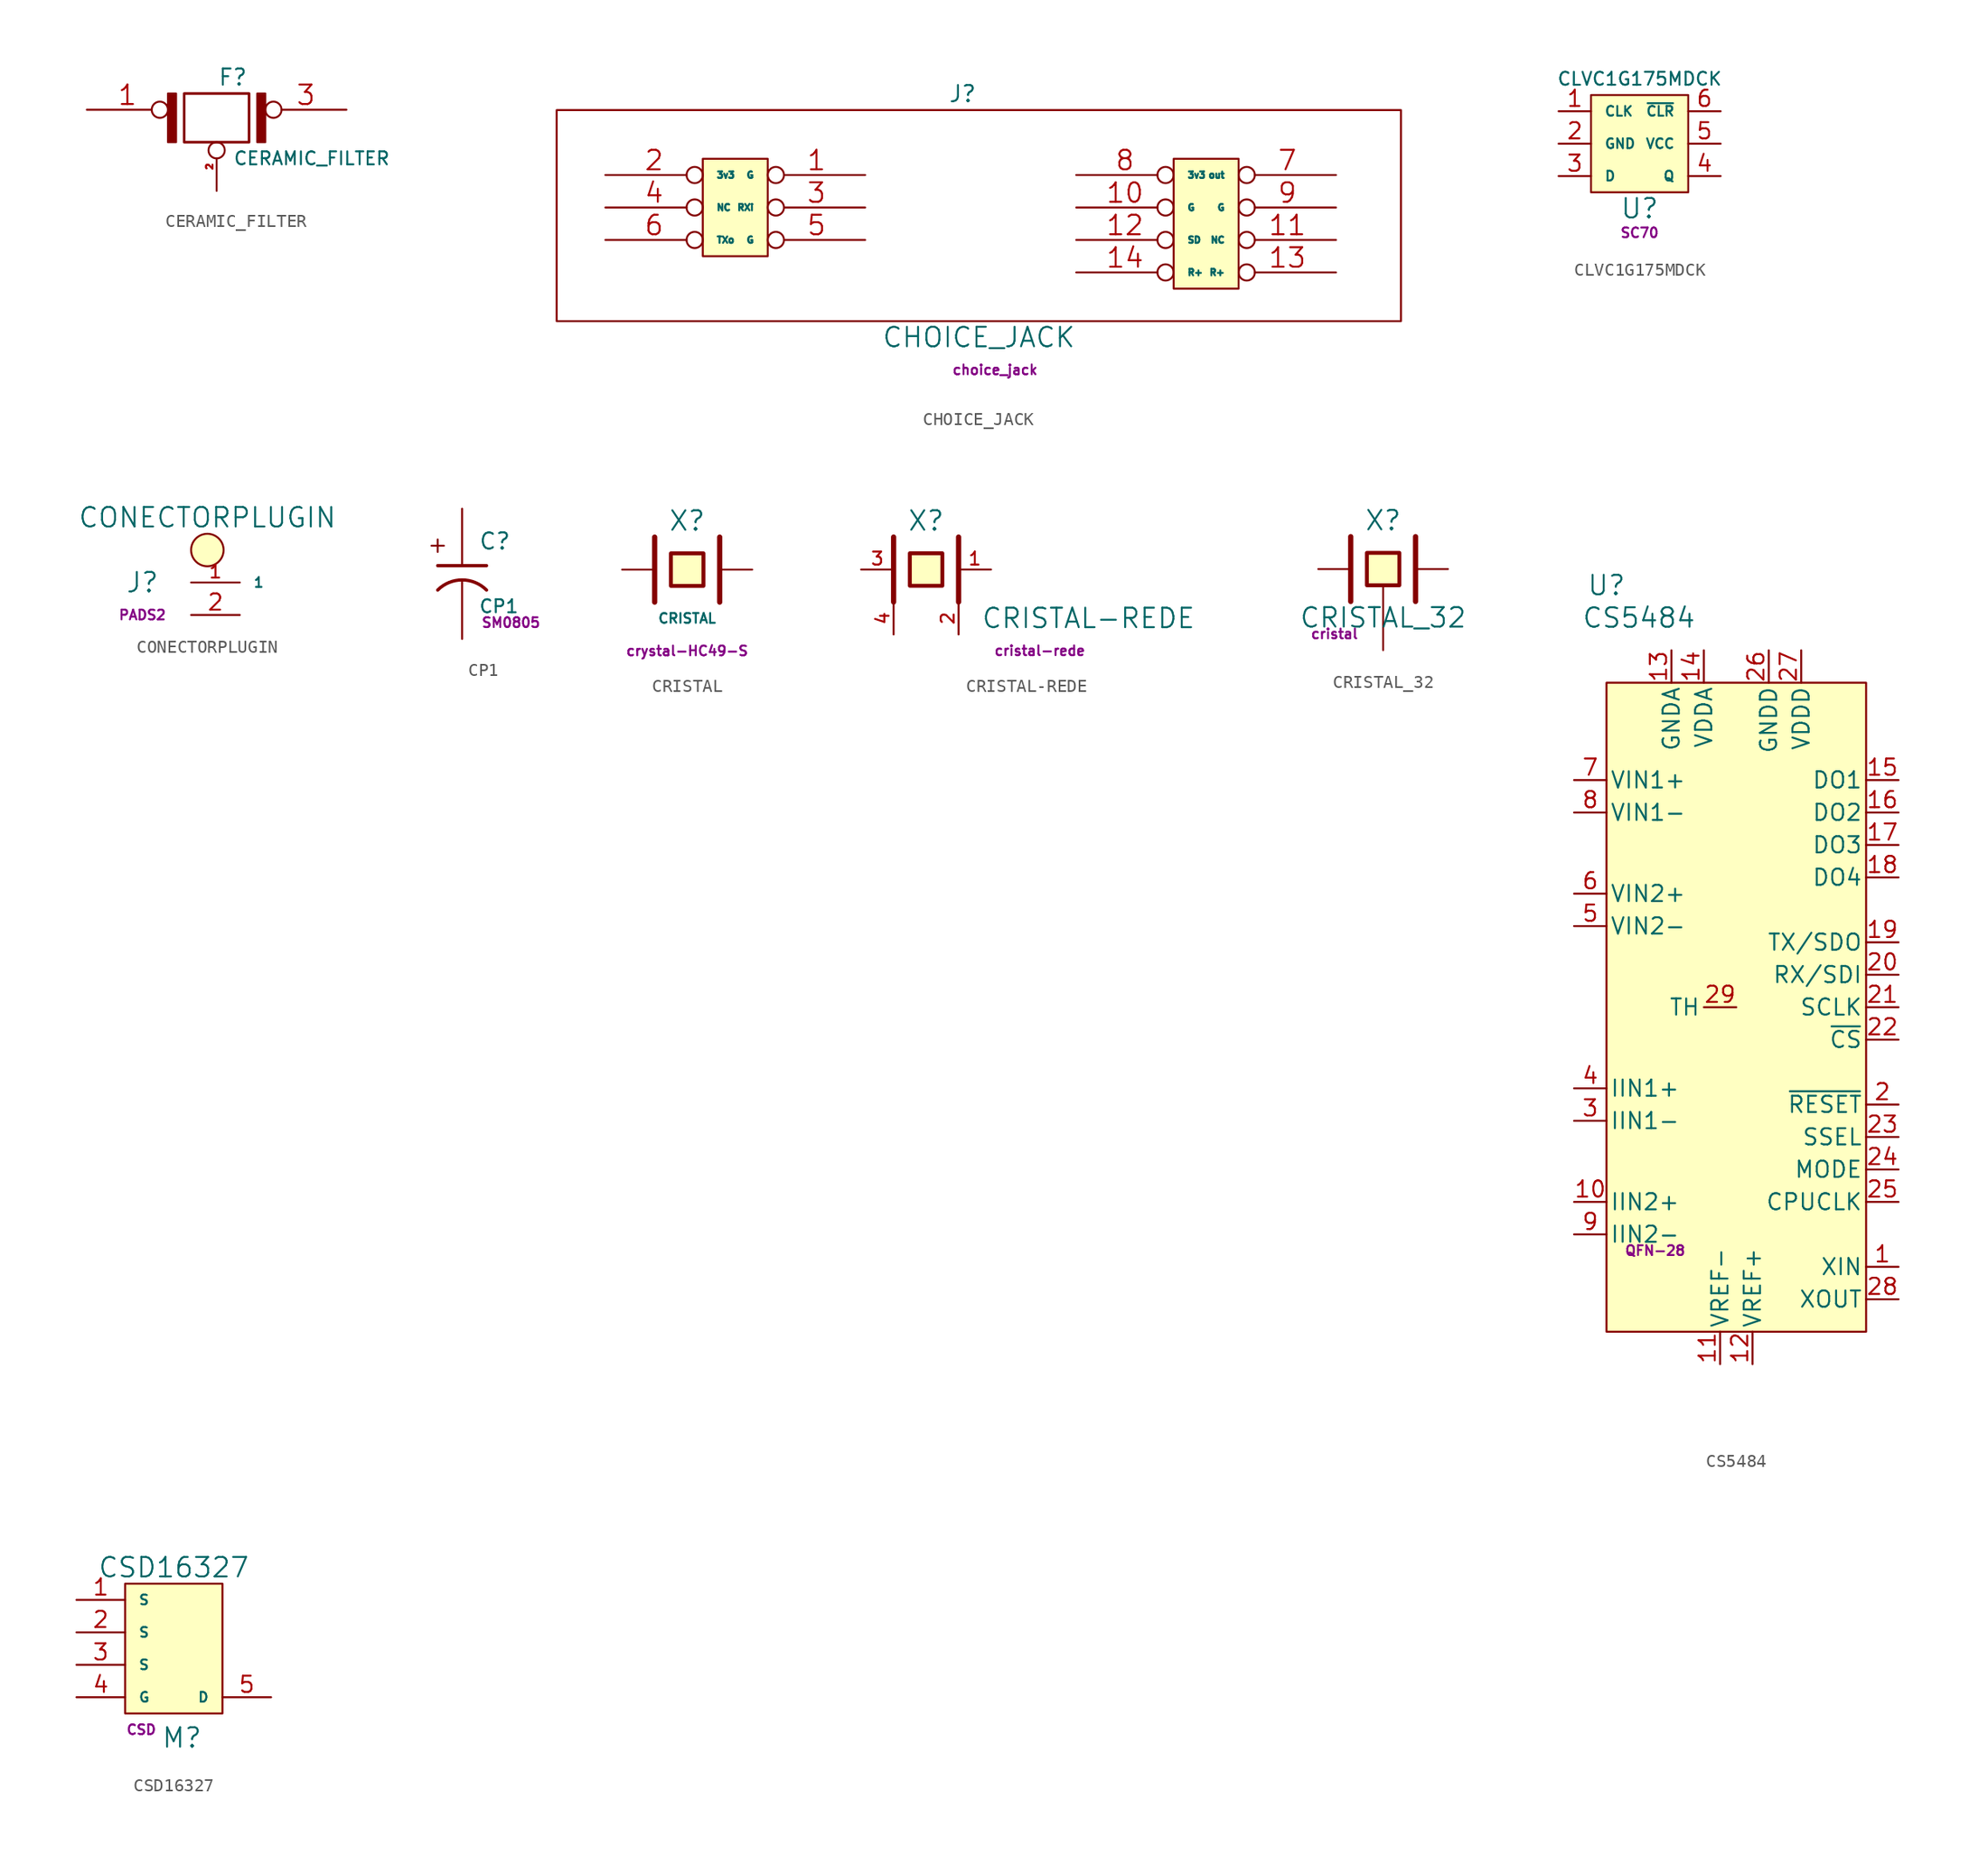
<source format=kicad_sym>
(kicad_symbol_lib
  (version 20220914)
  (generator kicad_symbol_editor)
  (symbol "CERAMIC_FILTER"
    (pin_names
      (offset 1.016) hide)
    (property "Reference" "F"
      (at 1.27 3.81 0)
      (effects (font (size 1.27 1.27))))
    (property "Value" "CERAMIC_FILTER"
      (at 1.27 -2.54 0)
      (effects (font (size 1.016 1.016)) (justify left)))
    (property "Footprint" ""
      (at 0 0 0)
      (effects (font (size 1.524 1.524))))
    (property "Datasheet" ""
      (at 0 0 0)
      (effects (font (size 1.524 1.524))))
    (symbol "CERAMIC_FILTER_0_1"
      (rectangle (start -2.54 2.54) (end 2.54 -1.27) (stroke (width 0.203) (type default)) (fill (type none)))
      (polyline (pts (xy -3.81 2.54) (xy -3.81 -1.27) (xy -3.175 -1.27) (xy -3.175 2.54) (xy -3.81 2.54) (xy -3.81 2.54)) (stroke (width 0) (type default)) (fill (type outline)))
      (polyline (pts (xy 3.81 2.54) (xy 3.81 -1.27) (xy 3.175 -1.27) (xy 3.175 2.54) (xy 3.81 2.54) (xy 3.81 2.54)) (stroke (width 0) (type default)) (fill (type outline))))
    (symbol "CERAMIC_FILTER_1_1"
      (pin passive inverted (at -10.16 1.27 0) (length 6.35) (name "P1" (effects (font (size 1.524 1.524)))) (number "1" (effects (font (size 1.524 1.524)))))
      (pin passive inverted (at 0 -5.08 90) (length 3.81) (name "PM" (effects (font (size 0.508 0.508)))) (number "2" (effects (font (size 0.508 0.508)))))
      (pin passive inverted (at 10.16 1.27 180) (length 6.35) (name "P3" (effects (font (size 1.524 1.524)))) (number "3" (effects (font (size 1.524 1.524)))))))
  (symbol "CHOICE_JACK"
    (pin_names
      (offset 1.016))
    (property "Reference" "J"
      (at -1.27 10.16 0)
      (effects (font (size 1.27 1.27))))
    (property "Value" "CHOICE_JACK"
      (at 0 -8.89 0)
      (effects (font (size 1.524 1.524))))
    (property "Footprint" "choice_jack"
      (at 1.27 -11.43 0)
      (effects (font (size 0.762 0.762))))
    (property "Datasheet" ""
      (at 0 0 0)
      (effects (font (size 1.524 1.524))))
    (symbol "CHOICE_JACK_0_1"
      (polyline (pts (xy -21.59 5.08) (xy -21.59 -2.54) (xy -16.51 -2.54) (xy -16.51 5.08) (xy -21.59 5.08) (xy -21.59 5.08)) (stroke (width 0) (type default)) (fill (type background)))
      (polyline (pts (xy 12.7 -7.62) (xy 33.02 -7.62) (xy 33.02 8.89) (xy -33.02 8.89) (xy -33.02 -7.62) (xy 12.7 -7.62) (xy 12.7 -7.62)) (stroke (width 0) (type default)) (fill (type none)))
      (rectangle (start 15.24 5.08) (end 20.32 -5.08) (stroke (width 0) (type default)) (fill (type background))))
    (symbol "CHOICE_JACK_1_1"
      (pin passive inverted (at -8.89 3.81 180) (length 7.62) (name "G" (effects (font (size 0.508 0.508)))) (number "1" (effects (font (size 1.524 1.524)))))
      (pin passive inverted (at 7.62 1.27 0) (length 7.62) (name "G" (effects (font (size 0.508 0.508)))) (number "10" (effects (font (size 1.524 1.524)))))
      (pin passive inverted (at 27.94 -1.27 180) (length 7.62) (name "NC" (effects (font (size 0.508 0.508)))) (number "11" (effects (font (size 1.524 1.524)))))
      (pin passive inverted (at 7.62 -1.27 0) (length 7.62) (name "SD" (effects (font (size 0.508 0.508)))) (number "12" (effects (font (size 1.524 1.524)))))
      (pin passive inverted (at 27.94 -3.81 180) (length 7.62) (name "R+" (effects (font (size 0.508 0.508)))) (number "13" (effects (font (size 1.524 1.524)))))
      (pin passive inverted (at 7.62 -3.81 0) (length 7.62) (name "R+" (effects (font (size 0.508 0.508)))) (number "14" (effects (font (size 1.524 1.524)))))
      (pin passive inverted (at -29.21 3.81 0) (length 7.62) (name "3v3" (effects (font (size 0.508 0.508)))) (number "2" (effects (font (size 1.524 1.524)))))
      (pin passive inverted (at -8.89 1.27 180) (length 7.62) (name "RXi" (effects (font (size 0.508 0.508)))) (number "3" (effects (font (size 1.524 1.524)))))
      (pin passive inverted (at -29.21 1.27 0) (length 7.62) (name "NC" (effects (font (size 0.508 0.508)))) (number "4" (effects (font (size 1.524 1.524)))))
      (pin passive inverted (at -8.89 -1.27 180) (length 7.62) (name "G" (effects (font (size 0.508 0.508)))) (number "5" (effects (font (size 1.524 1.524)))))
      (pin passive inverted (at -29.21 -1.27 0) (length 7.62) (name "TXo" (effects (font (size 0.508 0.508)))) (number "6" (effects (font (size 1.524 1.524)))))
      (pin passive inverted (at 27.94 3.81 180) (length 7.62) (name "out" (effects (font (size 0.508 0.508)))) (number "7" (effects (font (size 1.524 1.524)))))
      (pin passive inverted (at 7.62 3.81 0) (length 7.62) (name "3v3" (effects (font (size 0.508 0.508)))) (number "8" (effects (font (size 1.524 1.524)))))
      (pin passive inverted (at 27.94 1.27 180) (length 7.62) (name "G" (effects (font (size 0.508 0.508)))) (number "9" (effects (font (size 1.524 1.524)))))))
  (symbol "CLVC1G175MDCK"
    (pin_names
      (offset 1.016))
    (property "Reference" "U"
      (at 0 -5.08 0)
      (effects (font (size 1.524 1.524))))
    (property "Value" "CLVC1G175MDCK"
      (at 0 5.08 0)
      (effects (font (size 1.016 1.016))))
    (property "Footprint" "SC70"
      (at 0 -6.985 0)
      (effects (font (size 0.762 0.762))))
    (property "Datasheet" ""
      (at 0 0 0)
      (effects (font (size 1.524 1.524))))
    (symbol "CLVC1G175MDCK_0_1"
      (rectangle (start -3.81 3.81) (end 3.81 -3.81) (stroke (width 0) (type default)) (fill (type background))))
    (symbol "CLVC1G175MDCK_1_1"
      (pin bidirectional line (at -6.35 2.54 0) (length 2.54) (name "CLK" (effects (font (size 0.762 0.762)))) (number "1" (effects (font (size 1.27 1.27)))))
      (pin bidirectional line (at -6.35 0 0) (length 2.54) (name "GND" (effects (font (size 0.762 0.762)))) (number "2" (effects (font (size 1.27 1.27)))))
      (pin bidirectional line (at -6.35 -2.54 0) (length 2.54) (name "D" (effects (font (size 0.762 0.762)))) (number "3" (effects (font (size 1.27 1.27)))))
      (pin bidirectional line (at 6.35 -2.54 180) (length 2.54) (name "Q" (effects (font (size 0.762 0.762)))) (number "4" (effects (font (size 1.27 1.27)))))
      (pin bidirectional line (at 6.35 0 180) (length 2.54) (name "VCC" (effects (font (size 0.762 0.762)))) (number "5" (effects (font (size 1.27 1.27)))))
      (pin bidirectional line (at 6.35 2.54 180) (length 2.54) (name "~{CLR}" (effects (font (size 0.762 0.762)))) (number "6" (effects (font (size 1.27 1.27)))))))
  (symbol "CONECTORPLUGIN"
    (pin_names
      (offset 1.016))
    (property "Reference" "J"
      (at -5.08 1.27 0)
      (effects (font (size 1.524 1.524))))
    (property "Value" "CONECTORPLUGIN"
      (at 0 6.35 0)
      (effects (font (size 1.524 1.524))))
    (property "Footprint" "PADS2"
      (at -5.08 -1.27 0)
      (effects (font (size 0.762 0.762))))
    (property "Datasheet" ""
      (at 0 0 0)
      (effects (font (size 1.524 1.524))))
    (symbol "CONECTORPLUGIN_0_1"
      (circle (center 0 3.81) (radius 1.27) (stroke (width 0) (type default)) (fill (type background))))
    (symbol "CONECTORPLUGIN_1_1"
      (pin passive line (at -1.27 1.27 0) (length 3.81) (name "1" (effects (font (size 0.762 0.762)))) (number "1" (effects (font (size 1.016 1.016)))))
      (pin input line (at -1.27 -1.27 0) (length 3.81) (name "~" (effects (font (size 1.27 1.27)))) (number "2" (effects (font (size 1.27 1.27)))))))
  (symbol "CP1"
    (pin_numbers hide)
    (pin_names
      (offset 0.254) hide)
    (property "Reference" "C"
      (at 1.27 2.54 0)
      (effects (font (size 1.27 1.27)) (justify left)))
    (property "Value" "CP1"
      (at 1.27 -2.54 0)
      (effects (font (size 1.016 1.016)) (justify left)))
    (property "Footprint" "SM0805"
      (at 3.81 -3.81 0)
      (effects (font (size 0.762 0.762))))
    (property "Datasheet" ""
      (at 0 0 0)
      (effects (font (size 1.524 1.524))))
    (symbol "CP1_0_0"
      (text "+" (at -1.905 2.286 0) (effects (font (size 1.27 1.27)))))
    (symbol "CP1_0_1"
      (polyline (pts (xy -1.905 0.635) (xy 1.905 0.635)) (stroke (width 0.254) (type default)) (fill (type none)))
      (arc (start 1.905 -1.27) (mid 0 -0.4809) (end -1.905 -1.27) (stroke (width 0.254) (type default)) (fill (type none))))
    (symbol "CP1_1_1"
      (pin passive line (at 0 5.08 270) (length 4.445) (name "~" (effects (font (size 1.016 1.016)))) (number "1" (effects (font (size 1.016 1.016)))))
      (pin passive line (at 0 -5.08 90) (length 4.445) (name "~" (effects (font (size 1.016 1.016)))) (number "2" (effects (font (size 1.016 1.016)))))))
  (symbol "CRISTAL"
    (pin_numbers hide)
    (pin_names
      (offset 1.016) hide)
    (property "Reference" "X"
      (at 0 3.81 0)
      (effects (font (size 1.524 1.524))))
    (property "Value" "CRISTAL"
      (at 0 -3.81 0)
      (effects (font (size 0.762 0.762))))
    (property "Footprint" "crystal-HC49-S"
      (at 0 -6.35 0)
      (effects (font (size 0.762 0.762))))
    (property "Datasheet" ""
      (at 0 0 0)
      (effects (font (size 1.524 1.524))))
    (symbol "CRISTAL_0_1"
      (polyline (pts (xy -2.54 2.54) (xy -2.54 -2.54)) (stroke (width 0.406) (type default)) (fill (type none)))
      (polyline (pts (xy 2.54 2.54) (xy 2.54 -2.54)) (stroke (width 0.406) (type default)) (fill (type none)))
      (polyline (pts (xy -1.27 1.27) (xy 1.27 1.27) (xy 1.27 -1.27) (xy -1.27 -1.27) (xy -1.27 1.27)) (stroke (width 0.305) (type default)) (fill (type background))))
    (symbol "CRISTAL_1_1"
      (pin passive line (at -5.08 0 0) (length 2.54) (name "1" (effects (font (size 1.016 1.016)))) (number "1" (effects (font (size 1.016 1.016)))))
      (pin passive line (at 5.08 0 180) (length 2.54) (name "2" (effects (font (size 1.016 1.016)))) (number "2" (effects (font (size 1.016 1.016)))))))
  (symbol "CRISTAL-REDE"
    (pin_names
      (offset 0) hide)
    (property "Reference" "X"
      (at 0 3.81 0)
      (effects (font (size 1.524 1.524))))
    (property "Value" "CRISTAL-REDE"
      (at 12.7 -3.81 0)
      (effects (font (size 1.524 1.524))))
    (property "Footprint" "cristal-rede"
      (at 8.89 -6.35 0)
      (effects (font (size 0.762 0.762))))
    (property "Datasheet" ""
      (at 0 0 0)
      (effects (font (size 1.524 1.524))))
    (symbol "CRISTAL-REDE_0_1"
      (polyline (pts (xy -2.54 2.54) (xy -2.54 -2.54)) (stroke (width 0.406) (type default)) (fill (type none)))
      (polyline (pts (xy 2.54 2.54) (xy 2.54 -2.54)) (stroke (width 0.406) (type default)) (fill (type none)))
      (polyline (pts (xy -1.27 1.27) (xy 1.27 1.27) (xy 1.27 -1.27) (xy -1.27 -1.27) (xy -1.27 1.27)) (stroke (width 0.305) (type default)) (fill (type background))))
    (symbol "CRISTAL-REDE_1_1"
      (pin passive line (at 5.08 0 180) (length 2.54) (name "1" (effects (font (size 1.016 1.016)))) (number "1" (effects (font (size 1.016 1.016)))))
      (pin passive line (at 2.54 -5.08 90) (length 2.54) (name "2" (effects (font (size 1.016 1.016)))) (number "2" (effects (font (size 1.016 1.016)))))
      (pin passive line (at -5.08 0 0) (length 2.54) (name "3" (effects (font (size 2.54 2.54)))) (number "3" (effects (font (size 1.016 1.016)))))
      (pin passive line (at -2.54 -5.08 90) (length 2.54) (name "4" (effects (font (size 1.016 1.016)))) (number "4" (effects (font (size 1.016 1.016)))))))
  (symbol "CRISTAL_32"
    (pin_numbers hide)
    (pin_names
      (offset 1.016) hide)
    (property "Reference" "X"
      (at 0 3.81 0)
      (effects (font (size 1.524 1.524))))
    (property "Value" "CRISTAL_32"
      (at 0 -3.81 0)
      (effects (font (size 1.524 1.524))))
    (property "Footprint" "cristal"
      (at -3.81 -5.08 0)
      (effects (font (size 0.762 0.762))))
    (property "Datasheet" ""
      (at 0 0 0)
      (effects (font (size 1.524 1.524))))
    (symbol "CRISTAL_32_0_1"
      (polyline (pts (xy -2.54 2.54) (xy -2.54 -2.54)) (stroke (width 0.406) (type default)) (fill (type none)))
      (polyline (pts (xy 2.54 2.54) (xy 2.54 -2.54)) (stroke (width 0.406) (type default)) (fill (type none)))
      (polyline (pts (xy -1.27 1.27) (xy 1.27 1.27) (xy 1.27 -1.27) (xy -1.27 -1.27) (xy -1.27 1.27)) (stroke (width 0.305) (type default)) (fill (type background))))
    (symbol "CRISTAL_32_1_1"
      (pin passive line (at -5.08 0 0) (length 2.54) (name "1" (effects (font (size 1.016 1.016)))) (number "1" (effects (font (size 1.016 1.016)))))
      (pin passive line (at 5.08 0 180) (length 2.54) (name "2" (effects (font (size 1.016 1.016)))) (number "2" (effects (font (size 1.016 1.016)))))
      (pin input line (at 0 -6.35 90) (length 5.08) (name "GND" (effects (font (size 1.27 1.27)))) (number "3" (effects (font (size 1.27 1.27)))))))
  (symbol "CS5484"
    (pin_names
      (offset 0.254))
    (property "Reference" "U"
      (at -10.16 33.02 0)
      (effects (font (size 1.524 1.524))))
    (property "Value" "CS5484"
      (at -7.62 30.48 0)
      (effects (font (size 1.524 1.524))))
    (property "Footprint" "QFN-28"
      (at -6.35 -19.05 0)
      (effects (font (size 0.762 0.762))))
    (property "Datasheet" ""
      (at 0 0 0)
      (effects (font (size 1.524 1.524))))
    (symbol "CS5484_0_1"
      (rectangle (start -10.16 25.4) (end 10.16 -25.4) (stroke (width 0) (type default)) (fill (type background))))
    (symbol "CS5484_1_1"
      (pin bidirectional line (at 12.7 -20.32 180) (length 2.54) (name "XIN" (effects (font (size 1.27 1.27)))) (number "1" (effects (font (size 1.27 1.27)))))
      (pin bidirectional line (at -12.7 -15.24 0) (length 2.54) (name "IIN2+" (effects (font (size 1.27 1.27)))) (number "10" (effects (font (size 1.27 1.27)))))
      (pin bidirectional line (at -1.27 -27.94 90) (length 2.54) (name "VREF-" (effects (font (size 1.27 1.27)))) (number "11" (effects (font (size 1.27 1.27)))))
      (pin bidirectional line (at 1.27 -27.94 90) (length 2.54) (name "VREF+" (effects (font (size 1.27 1.27)))) (number "12" (effects (font (size 1.27 1.27)))))
      (pin bidirectional line (at -5.08 27.94 270) (length 2.54) (name "GNDA" (effects (font (size 1.27 1.27)))) (number "13" (effects (font (size 1.27 1.27)))))
      (pin bidirectional line (at -2.54 27.94 270) (length 2.54) (name "VDDA" (effects (font (size 1.27 1.27)))) (number "14" (effects (font (size 1.27 1.27)))))
      (pin bidirectional line (at 12.7 17.78 180) (length 2.54) (name "DO1" (effects (font (size 1.27 1.27)))) (number "15" (effects (font (size 1.27 1.27)))))
      (pin bidirectional line (at 12.7 15.24 180) (length 2.54) (name "DO2" (effects (font (size 1.27 1.27)))) (number "16" (effects (font (size 1.27 1.27)))))
      (pin bidirectional line (at 12.7 12.7 180) (length 2.54) (name "DO3" (effects (font (size 1.27 1.27)))) (number "17" (effects (font (size 1.27 1.27)))))
      (pin bidirectional line (at 12.7 10.16 180) (length 2.54) (name "DO4" (effects (font (size 1.27 1.27)))) (number "18" (effects (font (size 1.27 1.27)))))
      (pin bidirectional line (at 12.7 5.08 180) (length 2.54) (name "TX/SDO" (effects (font (size 1.27 1.27)))) (number "19" (effects (font (size 1.27 1.27)))))
      (pin bidirectional line (at 12.7 -7.62 180) (length 2.54) (name "~{RESET}" (effects (font (size 1.27 1.27)))) (number "2" (effects (font (size 1.27 1.27)))))
      (pin bidirectional line (at 12.7 2.54 180) (length 2.54) (name "RX/SDI" (effects (font (size 1.27 1.27)))) (number "20" (effects (font (size 1.27 1.27)))))
      (pin bidirectional line (at 12.7 0 180) (length 2.54) (name "SCLK" (effects (font (size 1.27 1.27)))) (number "21" (effects (font (size 1.27 1.27)))))
      (pin bidirectional line (at 12.7 -2.54 180) (length 2.54) (name "~{CS}" (effects (font (size 1.27 1.27)))) (number "22" (effects (font (size 1.27 1.27)))))
      (pin bidirectional line (at 12.7 -10.16 180) (length 2.54) (name "SSEL" (effects (font (size 1.27 1.27)))) (number "23" (effects (font (size 1.27 1.27)))))
      (pin bidirectional line (at 12.7 -12.7 180) (length 2.54) (name "MODE" (effects (font (size 1.27 1.27)))) (number "24" (effects (font (size 1.27 1.27)))))
      (pin bidirectional line (at 12.7 -15.24 180) (length 2.54) (name "CPUCLK" (effects (font (size 1.27 1.27)))) (number "25" (effects (font (size 1.27 1.27)))))
      (pin bidirectional line (at 2.54 27.94 270) (length 2.54) (name "GNDD" (effects (font (size 1.27 1.27)))) (number "26" (effects (font (size 1.27 1.27)))))
      (pin bidirectional line (at 5.08 27.94 270) (length 2.54) (name "VDDD" (effects (font (size 1.27 1.27)))) (number "27" (effects (font (size 1.27 1.27)))))
      (pin bidirectional line (at 12.7 -22.86 180) (length 2.54) (name "XOUT" (effects (font (size 1.27 1.27)))) (number "28" (effects (font (size 1.27 1.27)))))
      (pin bidirectional line (at 0 0 180) (length 2.54) (name "TH" (effects (font (size 1.27 1.27)))) (number "29" (effects (font (size 1.27 1.27)))))
      (pin bidirectional line (at -12.7 -8.89 0) (length 2.54) (name "IIN1-" (effects (font (size 1.27 1.27)))) (number "3" (effects (font (size 1.27 1.27)))))
      (pin bidirectional line (at -12.7 -6.35 0) (length 2.54) (name "IIN1+" (effects (font (size 1.27 1.27)))) (number "4" (effects (font (size 1.27 1.27)))))
      (pin bidirectional line (at -12.7 6.35 0) (length 2.54) (name "VIN2-" (effects (font (size 1.27 1.27)))) (number "5" (effects (font (size 1.27 1.27)))))
      (pin bidirectional line (at -12.7 8.89 0) (length 2.54) (name "VIN2+" (effects (font (size 1.27 1.27)))) (number "6" (effects (font (size 1.27 1.27)))))
      (pin bidirectional line (at -12.7 17.78 0) (length 2.54) (name "VIN1+" (effects (font (size 1.27 1.27)))) (number "7" (effects (font (size 1.27 1.27)))))
      (pin bidirectional line (at -12.7 15.24 0) (length 2.54) (name "VIN1-" (effects (font (size 1.27 1.27)))) (number "8" (effects (font (size 1.27 1.27)))))
      (pin bidirectional line (at -12.7 -17.78 0) (length 2.54) (name "IIN2-" (effects (font (size 1.27 1.27)))) (number "9" (effects (font (size 1.27 1.27)))))))
  (symbol "CSD16327"
    (pin_names
      (offset 1.016))
    (property "Reference" "M"
      (at 0.635 -6.985 0)
      (effects (font (size 1.524 1.524))))
    (property "Value" "CSD16327"
      (at 0 6.35 0)
      (effects (font (size 1.524 1.524))))
    (property "Footprint" "CSD"
      (at -2.54 -6.35 0)
      (effects (font (size 0.762 0.762))))
    (property "Datasheet" ""
      (at 0 0 0)
      (effects (font (size 1.524 1.524))))
    (symbol "CSD16327_0_1"
      (rectangle (start -3.81 5.08) (end 3.81 -5.08) (stroke (width 0) (type default)) (fill (type background))))
    (symbol "CSD16327_1_1"
      (pin input line (at -7.62 3.81 0) (length 3.81) (name "S" (effects (font (size 0.762 0.762)))) (number "1" (effects (font (size 1.27 1.27)))))
      (pin input line (at -7.62 1.27 0) (length 3.81) (name "S" (effects (font (size 0.762 0.762)))) (number "2" (effects (font (size 1.27 1.27)))))
      (pin input line (at -7.62 -1.27 0) (length 3.81) (name "S" (effects (font (size 0.762 0.762)))) (number "3" (effects (font (size 1.27 1.27)))))
      (pin input line (at -7.62 -3.81 0) (length 3.81) (name "G" (effects (font (size 0.762 0.762)))) (number "4" (effects (font (size 1.27 1.27)))))
      (pin input line (at 7.62 -3.81 180) (length 3.81) (name "D" (effects (font (size 0.762 0.762)))) (number "5" (effects (font (size 1.27 1.27))))))))
</source>
